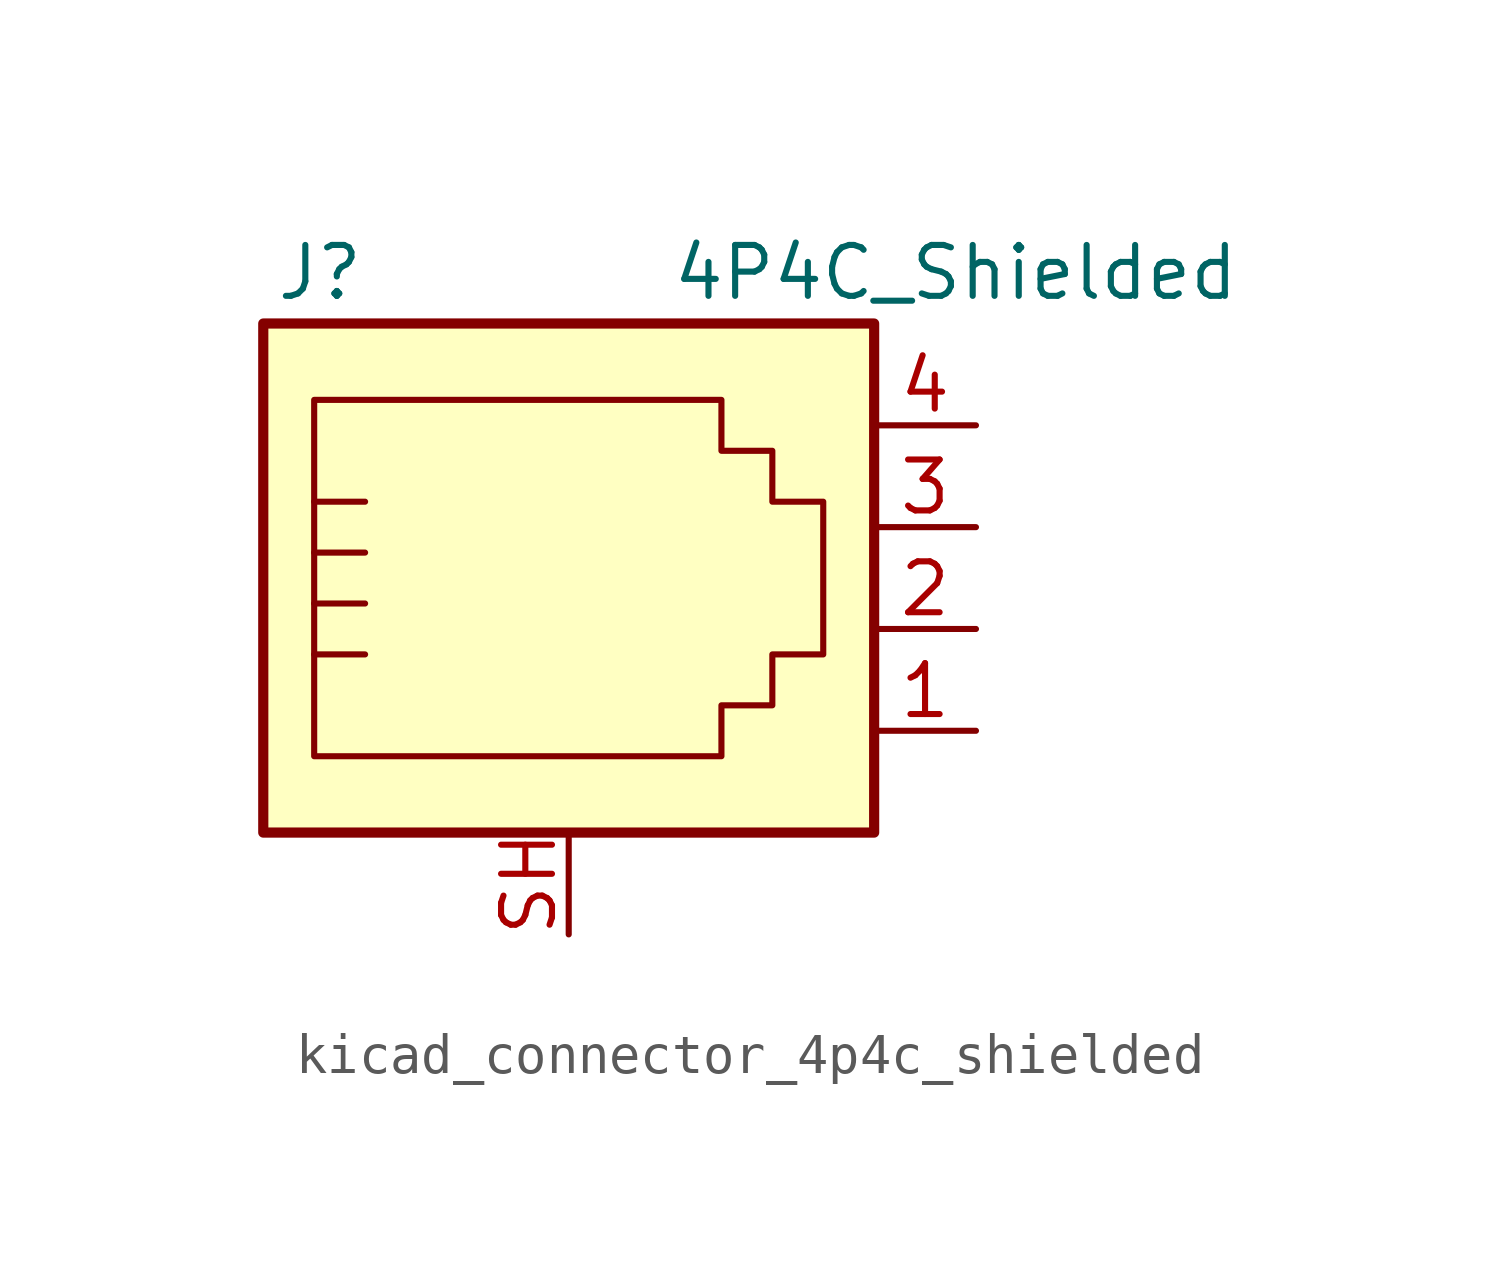
<source format=kicad_sym>
(kicad_symbol_lib
  (version 20220914)
  (generator kicad_symbol_editor)
  (symbol "kicad_connector_4p4c_shielded"
    (pin_names
      (offset 1.016))
    (property "Reference" "J"
      (at -5.08 8.89 0)
      (effects (font (size 1.27 1.27)) (justify right)))
    (property "Value" "4P4C_Shielded"
      (at 2.54 8.89 0)
      (effects (font (size 1.27 1.27)) (justify left)))
    (symbol "kicad_connector_4p4c_shielded_0_1"
      (polyline (pts (xy -6.35 -0.635) (xy -5.08 -0.635) (xy -5.08 -0.635)) (stroke (width 0) (type default)) (fill (type none)))
      (polyline (pts (xy -6.35 0.635) (xy -5.08 0.635) (xy -5.08 0.635)) (stroke (width 0) (type default)) (fill (type none)))
      (polyline (pts (xy -6.35 1.905) (xy -5.08 1.905) (xy -5.08 1.905)) (stroke (width 0) (type default)) (fill (type none)))
      (polyline (pts (xy -6.35 3.175) (xy -5.08 3.175) (xy -5.08 3.175)) (stroke (width 0) (type default)) (fill (type none)))
      (polyline (pts (xy -6.35 -3.175) (xy -6.35 5.715) (xy -1.27 5.715) (xy 3.81 5.715) (xy 3.81 4.445) (xy 5.08 4.445) (xy 5.08 3.175) (xy 6.35 3.175) (xy 6.35 -0.635) (xy 5.08 -0.635) (xy 5.08 -1.905) (xy 3.81 -1.905) (xy 3.81 -3.175) (xy -6.35 -3.175) (xy -6.35 -3.175)) (stroke (width 0) (type default)) (fill (type none)))
      (rectangle (start 7.62 7.62) (end -7.62 -5.08) (stroke (width 0.254) (type default)) (fill (type background))))
    (symbol "kicad_connector_4p4c_shielded_1_1"
      (pin passive line (at 10.16 -2.54 180) (length 2.54) (name "~" (effects (font (size 1.27 1.27)))) (number "1" (effects (font (size 1.27 1.27)))))
      (pin passive line (at 10.16 0 180) (length 2.54) (name "~" (effects (font (size 1.27 1.27)))) (number "2" (effects (font (size 1.27 1.27)))))
      (pin passive line (at 10.16 2.54 180) (length 2.54) (name "~" (effects (font (size 1.27 1.27)))) (number "3" (effects (font (size 1.27 1.27)))))
      (pin passive line (at 10.16 5.08 180) (length 2.54) (name "~" (effects (font (size 1.27 1.27)))) (number "4" (effects (font (size 1.27 1.27)))))
      (pin passive line (at 0 -7.62 90) (length 2.54) (name "~" (effects (font (size 1.27 1.27)))) (number "SH" (effects (font (size 1.27 1.27))))))))
</source>
